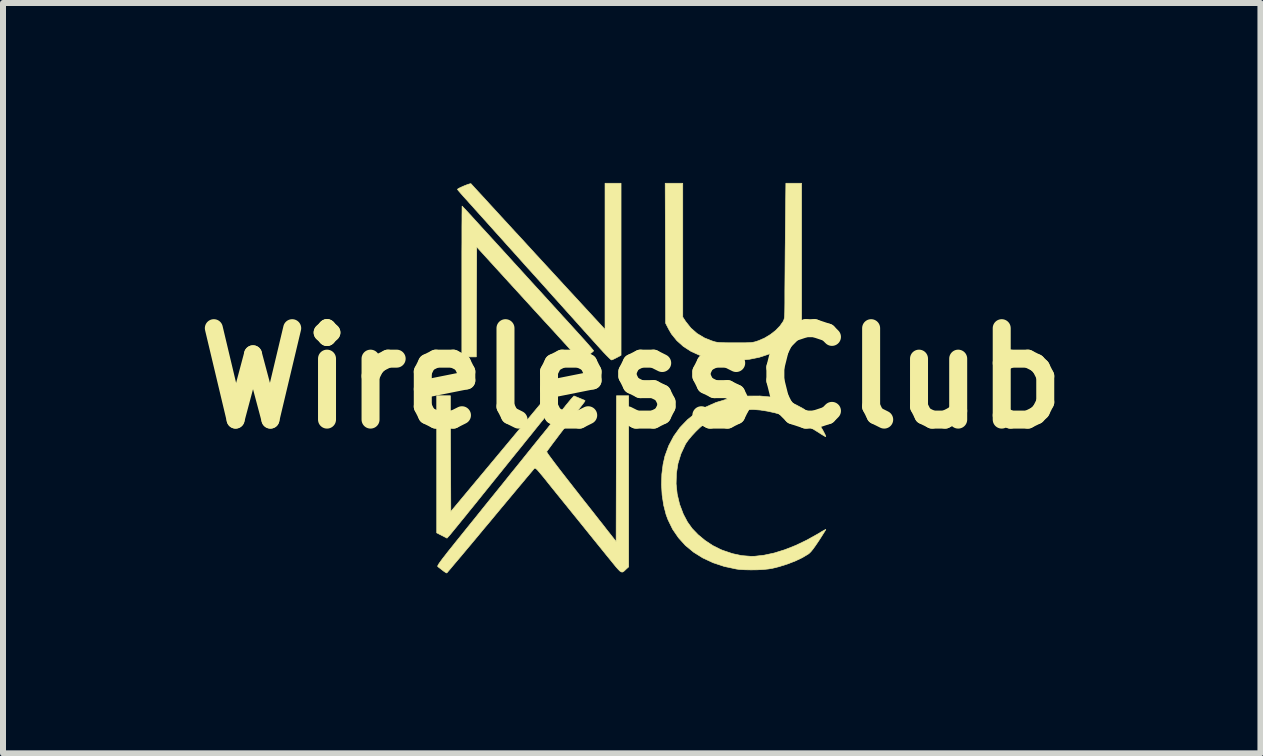
<source format=kicad_pcb>
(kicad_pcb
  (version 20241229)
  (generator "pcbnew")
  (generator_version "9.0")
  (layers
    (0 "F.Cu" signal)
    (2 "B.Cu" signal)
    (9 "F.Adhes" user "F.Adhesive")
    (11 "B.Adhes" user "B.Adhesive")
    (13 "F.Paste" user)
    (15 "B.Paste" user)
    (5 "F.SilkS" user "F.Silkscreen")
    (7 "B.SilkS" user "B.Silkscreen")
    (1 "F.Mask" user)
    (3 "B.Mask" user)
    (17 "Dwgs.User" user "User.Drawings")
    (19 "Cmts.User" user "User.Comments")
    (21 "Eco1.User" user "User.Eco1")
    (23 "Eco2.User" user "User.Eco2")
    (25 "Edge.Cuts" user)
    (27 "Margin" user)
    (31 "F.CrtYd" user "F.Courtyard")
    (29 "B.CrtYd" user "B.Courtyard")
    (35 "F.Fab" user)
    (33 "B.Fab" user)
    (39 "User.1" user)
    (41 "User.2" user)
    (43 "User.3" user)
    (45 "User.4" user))
  (footprint "WirelessClub"
    (layer "F.Cu")
    (at 7.482 3.256)
    (property "Reference" "WirelessClub" (at 0 0 0) (layer "F.SilkS") (effects (font (size 1.524 1.524) (thickness 0.3))))
    (attr through_hole)
    (fp_poly (pts (xy -3.02 1.257) (xy -3.016 2.222) (xy -2.211 1.257) (xy -1.407 0.292) (xy -1.319 0.338) (xy -1.271 0.366) (xy -1.246 0.386) (xy -1.243 0.399) (xy -1.256 0.415) (xy -1.284 0.449) (xy -1.324 0.5) (xy -1.377 0.565) (xy -1.439 0.643) (xy -1.511 0.731) (xy -1.59 0.829) (xy -1.675 0.935) (xy -1.765 1.046) (xy -1.858 1.162) (xy -1.953 1.279) (xy -2.048 1.397) (xy -2.142 1.514) (xy -2.234 1.628) (xy -2.322 1.737) (xy -2.404 1.839) (xy -2.48 1.933) (xy -2.548 2.018) (xy -2.606 2.09) (xy -2.631 2.121) (xy -2.708 2.215) (xy -2.78 2.305) (xy -2.848 2.388) (xy -2.908 2.462) (xy -2.959 2.524) (xy -2.999 2.573) (xy -3.026 2.606) (xy -3.037 2.619) (xy -3.08 2.666) (xy -3.165 2.622) (xy -3.251 2.578) (xy -3.251 0.292) (xy -3.023 0.292) (xy -3.02 1.257)) (stroke (width 0.01) (type solid)) (fill yes) (layer "F.SilkS"))
    (fp_poly (pts (xy 0.851 -1.02) (xy 0.9 -0.945) (xy 0.987 -0.836) (xy 1.091 -0.745) (xy 1.213 -0.672) (xy 1.327 -0.626) (xy 1.361 -0.615) (xy 1.391 -0.606) (xy 1.421 -0.6) (xy 1.456 -0.596) (xy 1.499 -0.594) (xy 1.556 -0.592) (xy 1.63 -0.591) (xy 1.721 -0.591) (xy 1.815 -0.591) (xy 1.887 -0.591) (xy 1.942 -0.593) (xy 1.985 -0.595) (xy 2.018 -0.599) (xy 2.047 -0.605) (xy 2.075 -0.613) (xy 2.107 -0.624) (xy 2.114 -0.626) (xy 2.217 -0.671) (xy 2.314 -0.73) (xy 2.401 -0.798) (xy 2.473 -0.873) (xy 2.526 -0.949) (xy 2.528 -0.955) (xy 2.536 -0.972) (xy 2.542 -0.992) (xy 2.547 -1.018) (xy 2.549 -1.054) (xy 2.551 -1.103) (xy 2.552 -1.169) (xy 2.553 -1.256) (xy 2.553 -1.298) (xy 2.553 -1.364) (xy 2.553 -1.453) (xy 2.554 -1.56) (xy 2.555 -1.684) (xy 2.556 -1.819) (xy 2.557 -1.964) (xy 2.558 -2.115) (xy 2.56 -2.268) (xy 2.561 -2.422) (xy 2.561 -2.423) (xy 2.57 -3.251) (xy 2.832 -3.251) (xy 2.832 -0.977) (xy 2.802 -0.903) (xy 2.742 -0.787) (xy 2.66 -0.677) (xy 2.561 -0.577) (xy 2.447 -0.49) (xy 2.322 -0.42) (xy 2.274 -0.398) (xy 2.125 -0.349) (xy 1.961 -0.316) (xy 1.787 -0.297) (xy 1.608 -0.295) (xy 1.461 -0.306) (xy 1.288 -0.336) (xy 1.13 -0.384) (xy 0.987 -0.449) (xy 0.86 -0.531) (xy 0.752 -0.628) (xy 0.662 -0.739) (xy 0.614 -0.822) (xy 0.565 -0.918) (xy 0.562 -2.085) (xy 0.558 -3.251) (xy 0.851 -3.251) (xy 0.851 -1.02)) (stroke (width 0.01) (type solid)) (fill yes) (layer "F.SilkS"))
    (fp_poly (pts (xy -2.819 -2.861) (xy -2.795 -2.836) (xy -2.759 -2.798) (xy -2.715 -2.75) (xy -2.664 -2.695) (xy -2.659 -2.689) (xy -2.62 -2.646) (xy -2.566 -2.587) (xy -2.499 -2.513) (xy -2.421 -2.428) (xy -2.335 -2.334) (xy -2.242 -2.232) (xy -2.145 -2.126) (xy -2.046 -2.017) (xy -1.968 -1.931) (xy -1.858 -1.811) (xy -1.741 -1.682) (xy -1.619 -1.548) (xy -1.496 -1.414) (xy -1.375 -1.281) (xy -1.261 -1.156) (xy -1.156 -1.04) (xy -1.063 -0.939) (xy -1.038 -0.911) (xy -0.957 -0.822) (xy -0.881 -0.738) (xy -0.812 -0.662) (xy -0.752 -0.595) (xy -0.703 -0.539) (xy -0.666 -0.496) (xy -0.643 -0.468) (xy -0.635 -0.458) (xy -0.645 -0.446) (xy -0.671 -0.424) (xy -0.707 -0.397) (xy -0.749 -0.367) (xy -0.79 -0.34) (xy -0.825 -0.318) (xy -0.849 -0.306) (xy -0.854 -0.305) (xy -0.875 -0.314) (xy -0.883 -0.323) (xy -0.894 -0.335) (xy -0.92 -0.365) (xy -0.96 -0.409) (xy -1.012 -0.466) (xy -1.073 -0.534) (xy -1.143 -0.611) (xy -1.219 -0.694) (xy -1.276 -0.757) (xy -1.362 -0.851) (xy -1.449 -0.945) (xy -1.532 -1.036) (xy -1.611 -1.122) (xy -1.682 -1.2) (xy -1.742 -1.266) (xy -1.789 -1.317) (xy -1.803 -1.333) (xy -1.847 -1.381) (xy -1.905 -1.445) (xy -1.974 -1.52) (xy -2.05 -1.603) (xy -2.13 -1.691) (xy -2.211 -1.78) (xy -2.267 -1.841) (xy -2.584 -2.189) (xy -2.588 -1.272) (xy -2.591 -0.356) (xy -2.832 -0.356) (xy -2.832 -1.613) (xy -2.832 -1.789) (xy -2.832 -1.958) (xy -2.832 -2.118) (xy -2.831 -2.267) (xy -2.831 -2.404) (xy -2.831 -2.526) (xy -2.83 -2.633) (xy -2.83 -2.722) (xy -2.829 -2.792) (xy -2.829 -2.84) (xy -2.828 -2.866) (xy -2.828 -2.87) (xy -2.819 -2.861)) (stroke (width 0.01) (type solid)) (fill yes) (layer "F.SilkS"))
    (fp_poly (pts (xy -0.178 -0.383) (xy -0.25 -0.344) (xy -0.29 -0.324) (xy -0.322 -0.309) (xy -0.338 -0.305) (xy -0.351 -0.314) (xy -0.378 -0.339) (xy -0.416 -0.377) (xy -0.463 -0.426) (xy -0.514 -0.482) (xy -0.518 -0.486) (xy -0.566 -0.539) (xy -0.629 -0.609) (xy -0.706 -0.694) (xy -0.793 -0.791) (xy -0.889 -0.898) (xy -0.992 -1.013) (xy -1.1 -1.133) (xy -1.211 -1.257) (xy -1.324 -1.382) (xy -1.435 -1.507) (xy -1.479 -1.556) (xy -1.525 -1.607) (xy -1.571 -1.658) (xy -1.61 -1.702) (xy -1.633 -1.727) (xy -1.652 -1.748) (xy -1.686 -1.786) (xy -1.734 -1.838) (xy -1.792 -1.903) (xy -1.859 -1.978) (xy -1.934 -2.062) (xy -2.014 -2.151) (xy -2.09 -2.235) (xy -2.18 -2.336) (xy -2.273 -2.439) (xy -2.365 -2.542) (xy -2.454 -2.641) (xy -2.537 -2.733) (xy -2.61 -2.814) (xy -2.67 -2.882) (xy -2.698 -2.912) (xy -2.755 -2.976) (xy -2.807 -3.033) (xy -2.85 -3.082) (xy -2.882 -3.119) (xy -2.901 -3.142) (xy -2.905 -3.148) (xy -2.897 -3.158) (xy -2.87 -3.173) (xy -2.831 -3.191) (xy -2.788 -3.21) (xy -2.744 -3.227) (xy -2.708 -3.239) (xy -2.685 -3.244) (xy -2.68 -3.243) (xy -2.664 -3.225) (xy -2.632 -3.19) (xy -2.586 -3.14) (xy -2.526 -3.075) (xy -2.454 -2.997) (xy -2.372 -2.907) (xy -2.281 -2.808) (xy -2.182 -2.7) (xy -2.076 -2.585) (xy -1.965 -2.464) (xy -1.849 -2.339) (xy -1.732 -2.211) (xy -1.613 -2.081) (xy -1.494 -1.952) (xy -1.376 -1.824) (xy -1.261 -1.699) (xy -1.15 -1.578) (xy -1.044 -1.463) (xy -0.945 -1.356) (xy -0.854 -1.257) (xy -0.772 -1.168) (xy -0.701 -1.091) (xy -0.676 -1.064) (xy -0.445 -0.813) (xy -0.445 -3.251) (xy -0.178 -3.251) (xy -0.178 -0.383)) (stroke (width 0.01) (type solid)) (fill yes) (layer "F.SilkS"))
    (fp_poly (pts (xy 2.32 0.313) (xy 2.473 0.344) (xy 2.604 0.385) (xy 2.731 0.439) (xy 2.85 0.502) (xy 2.955 0.572) (xy 3.039 0.645) (xy 3.044 0.65) (xy 3.065 0.676) (xy 3.093 0.716) (xy 3.124 0.764) (xy 3.156 0.816) (xy 3.186 0.867) (xy 3.21 0.913) (xy 3.228 0.949) (xy 3.235 0.97) (xy 3.234 0.974) (xy 3.222 0.969) (xy 3.194 0.953) (xy 3.154 0.929) (xy 3.123 0.908) (xy 3.029 0.85) (xy 2.919 0.789) (xy 2.8 0.73) (xy 2.68 0.676) (xy 2.567 0.631) (xy 2.505 0.61) (xy 2.386 0.576) (xy 2.263 0.549) (xy 2.144 0.53) (xy 2.038 0.522) (xy 2.005 0.521) (xy 1.832 0.533) (xy 1.655 0.567) (xy 1.483 0.621) (xy 1.321 0.692) (xy 1.26 0.726) (xy 1.202 0.766) (xy 1.135 0.823) (xy 1.067 0.889) (xy 1.001 0.96) (xy 0.943 1.03) (xy 0.899 1.093) (xy 0.893 1.105) (xy 0.821 1.259) (xy 0.771 1.421) (xy 0.745 1.589) (xy 0.74 1.76) (xy 0.758 1.932) (xy 0.798 2.101) (xy 0.86 2.265) (xy 0.929 2.396) (xy 1.007 2.505) (xy 1.107 2.609) (xy 1.222 2.704) (xy 1.348 2.788) (xy 1.482 2.855) (xy 1.516 2.869) (xy 1.679 2.924) (xy 1.833 2.957) (xy 1.983 2.969) (xy 2.051 2.968) (xy 2.207 2.95) (xy 2.375 2.914) (xy 2.552 2.859) (xy 2.734 2.787) (xy 2.918 2.699) (xy 3.101 2.597) (xy 3.118 2.587) (xy 3.165 2.558) (xy 3.204 2.536) (xy 3.229 2.523) (xy 3.236 2.52) (xy 3.231 2.532) (xy 3.213 2.561) (xy 3.186 2.604) (xy 3.152 2.658) (xy 3.119 2.709) (xy 3.065 2.789) (xy 3.022 2.849) (xy 2.986 2.893) (xy 2.956 2.922) (xy 2.944 2.931) (xy 2.844 2.991) (xy 2.726 3.047) (xy 2.594 3.098) (xy 2.454 3.142) (xy 2.349 3.168) (xy 2.278 3.18) (xy 2.189 3.189) (xy 2.089 3.194) (xy 1.986 3.195) (xy 1.886 3.193) (xy 1.798 3.188) (xy 1.746 3.181) (xy 1.544 3.138) (xy 1.357 3.076) (xy 1.187 2.997) (xy 1.033 2.901) (xy 0.897 2.789) (xy 0.78 2.66) (xy 0.682 2.517) (xy 0.605 2.359) (xy 0.573 2.273) (xy 0.533 2.118) (xy 0.507 1.949) (xy 0.497 1.775) (xy 0.502 1.6) (xy 0.523 1.434) (xy 0.554 1.297) (xy 0.617 1.125) (xy 0.701 0.966) (xy 0.805 0.821) (xy 0.929 0.692) (xy 1.071 0.578) (xy 1.23 0.482) (xy 1.403 0.405) (xy 1.575 0.352) (xy 1.759 0.316) (xy 1.948 0.297) (xy 2.137 0.296) (xy 2.32 0.313)) (stroke (width 0.01) (type solid)) (fill yes) (layer "F.SilkS"))
    (fp_poly (pts (xy -0.051 3.145) (xy -0.086 3.176) (xy -0.109 3.198) (xy -0.128 3.216) (xy -0.144 3.227) (xy -0.159 3.232) (xy -0.177 3.228) (xy -0.198 3.214) (xy -0.224 3.188) (xy -0.259 3.149) (xy -0.303 3.095) (xy -0.359 3.026) (xy -0.43 2.939) (xy -0.446 2.919) (xy -0.646 2.672) (xy -0.833 2.44) (xy -1.007 2.225) (xy -1.167 2.027) (xy -1.312 1.848) (xy -1.397 1.742) (xy -1.459 1.664) (xy -1.509 1.604) (xy -1.546 1.56) (xy -1.573 1.529) (xy -1.592 1.511) (xy -1.606 1.501) (xy -1.616 1.5) (xy -1.623 1.504) (xy -1.627 1.507) (xy -1.638 1.52) (xy -1.664 1.552) (xy -1.704 1.599) (xy -1.757 1.662) (xy -1.821 1.739) (xy -1.896 1.828) (xy -1.979 1.928) (xy -2.07 2.037) (xy -2.168 2.154) (xy -2.271 2.278) (xy -2.362 2.388) (xy -2.469 2.515) (xy -2.57 2.637) (xy -2.666 2.752) (xy -2.755 2.858) (xy -2.836 2.955) (xy -2.908 3.04) (xy -2.969 3.112) (xy -3.018 3.171) (xy -3.055 3.214) (xy -3.077 3.24) (xy -3.084 3.247) (xy -3.098 3.241) (xy -3.125 3.224) (xy -3.15 3.205) (xy -3.186 3.177) (xy -3.217 3.153) (xy -3.23 3.143) (xy -3.234 3.139) (xy -3.235 3.132) (xy -3.231 3.12) (xy -3.222 3.104) (xy -3.207 3.081) (xy -3.184 3.049) (xy -3.154 3.008) (xy -3.113 2.956) (xy -3.063 2.891) (xy -3 2.813) (xy -2.926 2.72) (xy -2.837 2.61) (xy -2.734 2.482) (xy -2.697 2.436) (xy -2.595 2.31) (xy -2.491 2.18) (xy -2.387 2.051) (xy -2.284 1.924) (xy -2.186 1.803) (xy -2.095 1.69) (xy -2.013 1.587) (xy -1.941 1.499) (xy -1.883 1.427) (xy -1.874 1.416) (xy -1.74 1.249) (xy -1.621 1.101) (xy -1.516 0.971) (xy -1.423 0.857) (xy -1.344 0.757) (xy -1.275 0.672) (xy -1.217 0.6) (xy -1.168 0.54) (xy -1.127 0.49) (xy -1.095 0.449) (xy -1.068 0.417) (xy -1.048 0.392) (xy -1.032 0.373) (xy -1.02 0.358) (xy -1.011 0.348) (xy -1.003 0.339) (xy -0.997 0.332) (xy -0.993 0.328) (xy -0.963 0.295) (xy -0.873 0.332) (xy -0.829 0.35) (xy -0.796 0.364) (xy -0.779 0.373) (xy -0.778 0.373) (xy -0.783 0.385) (xy -0.8 0.41) (xy -0.823 0.44) (xy -0.862 0.49) (xy -0.91 0.551) (xy -0.964 0.622) (xy -1.022 0.698) (xy -1.083 0.778) (xy -1.144 0.859) (xy -1.204 0.937) (xy -1.26 1.012) (xy -1.311 1.079) (xy -1.354 1.137) (xy -1.387 1.182) (xy -1.409 1.212) (xy -1.418 1.225) (xy -1.411 1.238) (xy -1.39 1.271) (xy -1.354 1.32) (xy -1.305 1.386) (xy -1.243 1.468) (xy -1.17 1.563) (xy -1.086 1.671) (xy -0.992 1.791) (xy -0.951 1.844) (xy -0.863 1.956) (xy -0.776 2.067) (xy -0.692 2.173) (xy -0.614 2.272) (xy -0.543 2.363) (xy -0.48 2.442) (xy -0.429 2.508) (xy -0.39 2.558) (xy -0.369 2.584) (xy -0.26 2.723) (xy -0.257 1.508) (xy -0.254 0.292) (xy -0.051 0.292) (xy -0.051 3.145)) (stroke (width 0.01) (type solid)) (fill yes) (layer "F.SilkS")))
  (gr_rect
    (start -3 -3)
    (end 17.964 9.509)
    (stroke (width 0.1) (type default))
    (fill no)
    (layer "Edge.Cuts")))
</source>
